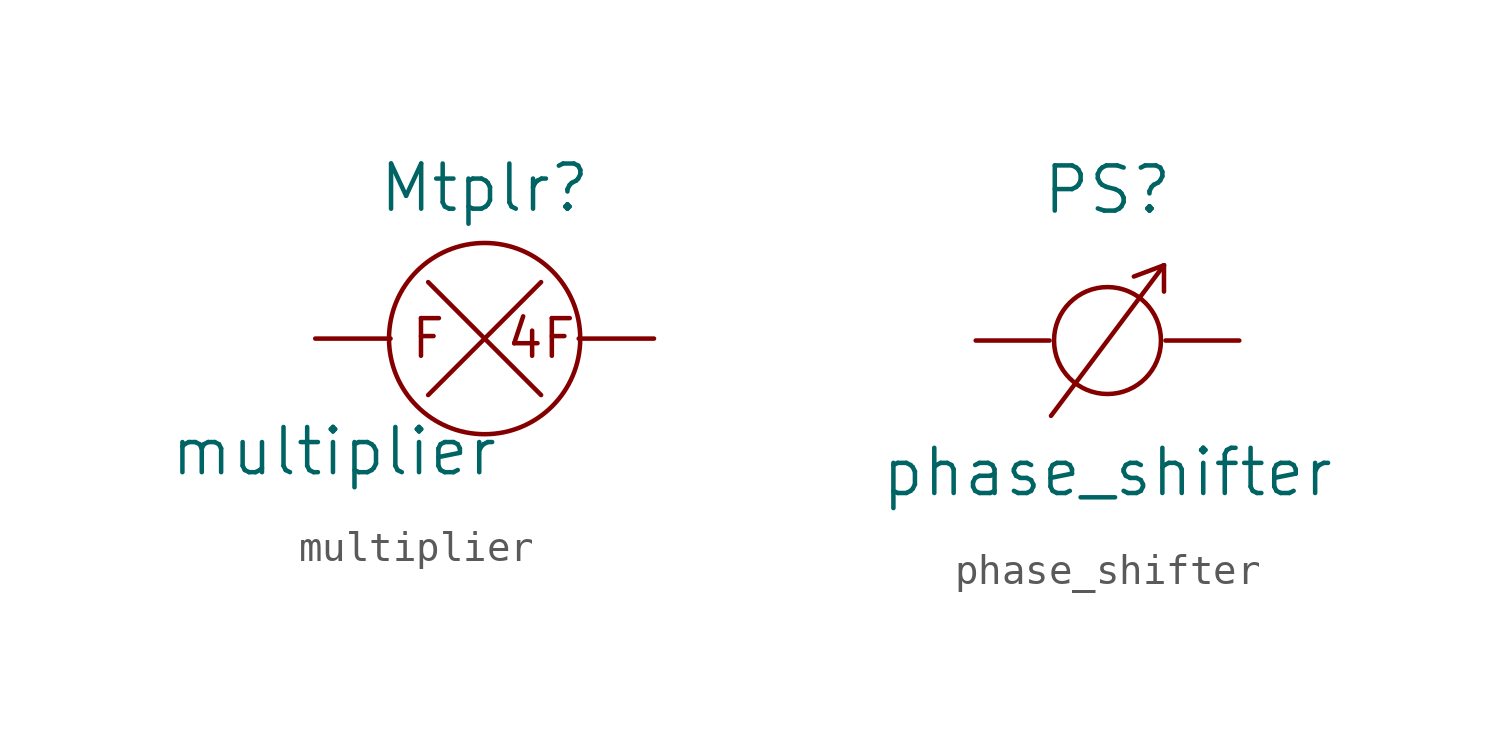
<source format=kicad_sym>
(kicad_symbol_lib
  (version 20211014)
  (generator kicad_symbol_editor)
  (symbol "multiplier"
    (pin_names
      (offset 1.016))
    (property "Reference" "Mtplr"
      (at 0 5.08 0)
      (effects (font (size 1.524 1.524))))
    (property "Value" "multiplier"
      (at -5.08 -3.81 0)
      (effects (font (size 1.524 1.524))))
    (property "Footprint" ""
      (at 0 0 0)
      (effects (font (size 1.524 1.524))))
    (property "Datasheet" ""
      (at 0 0 0)
      (effects (font (size 1.524 1.524))))
    (symbol "multiplier_0_0"
      (text "4F" (at 1.905 0 0) (effects (font (size 1.27 1.27))))
      (text "F" (at -1.905 0 0) (effects (font (size 1.27 1.27)))))
    (symbol "multiplier_0_1"
      (polyline (pts (xy -1.905 -1.905) (xy 1.905 1.905)) (stroke (width 0) (type default) (color 0 0 0 0)) (fill (type none)))
      (polyline (pts (xy -1.905 1.905) (xy 1.905 -1.905)) (stroke (width 0) (type default) (color 0 0 0 0)) (fill (type none)))
      (circle (center 0 0) (radius 3.226) (stroke (width 0) (type default) (color 0 0 0 0)) (fill (type none))))
    (symbol "multiplier_1_1"
      (pin input line (at -5.715 0 0) (length 2.54) (name "~" (effects (font (size 1.27 1.27)))) (number "~" (effects (font (size 1.27 1.27)))))
      (pin input line (at 5.715 0 180) (length 2.54) (name "~" (effects (font (size 1.27 1.27)))) (number "~" (effects (font (size 1.27 1.27)))))))
  (symbol "phase_shifter"
    (pin_names
      (offset 1.016))
    (property "Reference" "PS"
      (at 0 5.08 0)
      (effects (font (size 1.524 1.524))))
    (property "Value" "phase_shifter"
      (at 0 -4.445 0)
      (effects (font (size 1.524 1.524))))
    (property "Footprint" ""
      (at 3.81 1.27 0)
      (effects (font (size 1.524 1.524))))
    (property "Datasheet" ""
      (at 3.81 1.27 0)
      (effects (font (size 1.524 1.524))))
    (symbol "phase_shifter_0_1"
      (polyline (pts (xy -1.905 -2.54) (xy 1.905 2.54)) (stroke (width 0) (type default) (color 0 0 0 0)) (fill (type none)))
      (polyline (pts (xy 1.905 2.54) (xy 0.889 2.159)) (stroke (width 0) (type default) (color 0 0 0 0)) (fill (type none)))
      (polyline (pts (xy 1.905 2.54) (xy 1.905 1.651)) (stroke (width 0) (type default) (color 0 0 0 0)) (fill (type none)))
      (circle (center 0 0) (radius 1.803) (stroke (width 0) (type default) (color 0 0 0 0)) (fill (type none))))
    (symbol "phase_shifter_1_1"
      (pin input line (at -4.445 0 0) (length 2.489) (name "~" (effects (font (size 1.27 1.27)))) (number "~" (effects (font (size 1.27 1.27)))))
      (pin input line (at 4.445 0 180) (length 2.489) (name "~" (effects (font (size 1.27 1.27)))) (number "~" (effects (font (size 1.27 1.27))))))))
</source>
